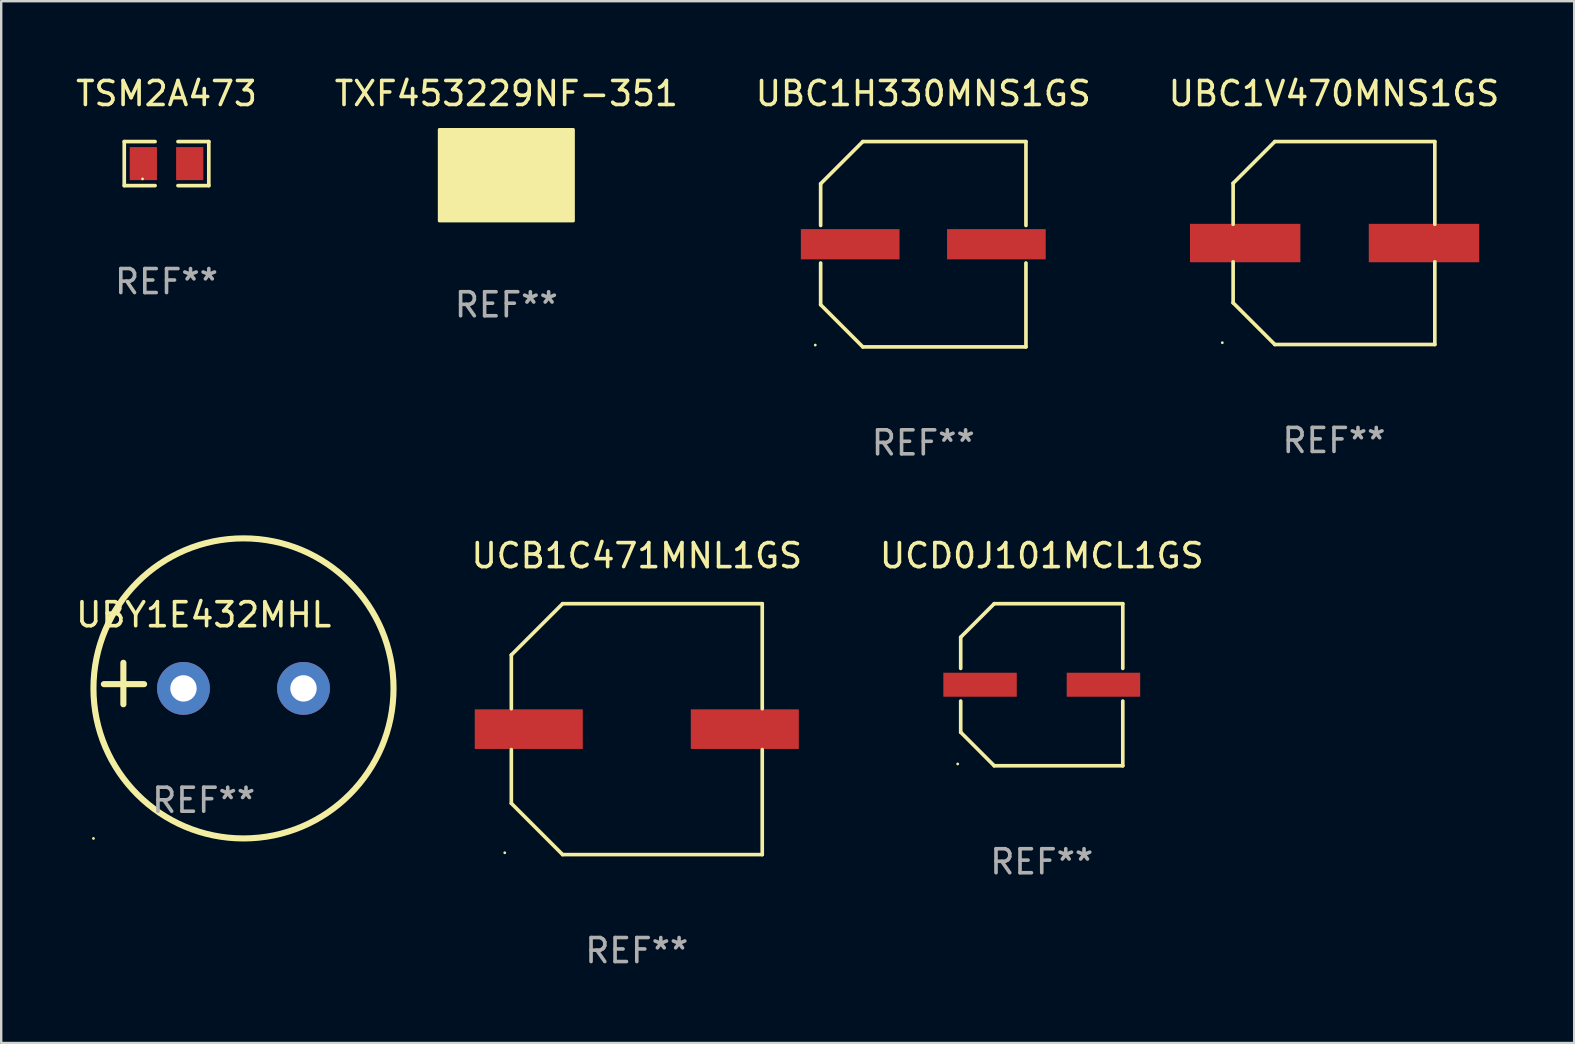
<source format=kicad_pcb>
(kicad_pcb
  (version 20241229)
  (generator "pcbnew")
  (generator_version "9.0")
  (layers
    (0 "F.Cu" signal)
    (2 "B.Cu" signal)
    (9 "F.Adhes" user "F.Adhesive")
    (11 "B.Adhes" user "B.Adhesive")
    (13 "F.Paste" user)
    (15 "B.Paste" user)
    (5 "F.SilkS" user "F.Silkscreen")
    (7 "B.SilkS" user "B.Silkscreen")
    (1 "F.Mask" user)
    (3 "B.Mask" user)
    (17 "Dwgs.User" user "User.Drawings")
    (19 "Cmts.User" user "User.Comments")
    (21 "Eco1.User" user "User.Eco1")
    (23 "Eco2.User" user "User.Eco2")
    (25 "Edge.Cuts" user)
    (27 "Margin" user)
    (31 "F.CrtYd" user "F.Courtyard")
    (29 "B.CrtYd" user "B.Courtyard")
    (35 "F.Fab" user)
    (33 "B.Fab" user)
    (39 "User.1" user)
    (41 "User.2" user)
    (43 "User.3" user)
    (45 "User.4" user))
  (footprint "UBC1V470MNS1GS"
    (layer "F.Cu")
    (at 52.518 7.074)
    (property "Reference" "UBC1V470MNS1GS" (at 0 -6.226 0) (layer "F.SilkS") (effects (font (size 1 1) (thickness 0.15))))
    (attr through_hole)
    (fp_line (start -4.201 -2.49) (end -4.201 -0.782) (stroke (width 0.152) (type solid)) (layer "F.SilkS"))
    (fp_line (start -4.201 2.49) (end -4.201 0.782) (stroke (width 0.152) (type solid)) (layer "F.SilkS"))
    (fp_line (start -2.465 -4.226) (end -4.201 -2.49) (stroke (width 0.152) (type solid)) (layer "F.SilkS"))
    (fp_line (start -2.465 4.226) (end -4.201 2.49) (stroke (width 0.152) (type solid)) (layer "F.SilkS"))
    (fp_line (start 4.201 -4.226) (end -2.465 -4.226) (stroke (width 0.152) (type solid)) (layer "F.SilkS"))
    (fp_line (start 4.201 -0.782) (end 4.201 -4.226) (stroke (width 0.152) (type solid)) (layer "F.SilkS"))
    (fp_line (start 4.201 0.782) (end 4.201 4.226) (stroke (width 0.152) (type solid)) (layer "F.SilkS"))
    (fp_line (start 4.201 4.226) (end -2.465 4.226) (stroke (width 0.152) (type solid)) (layer "F.SilkS"))
    (fp_circle (center -4.651 4.152) (end -4.621 4.152) (stroke (width 0.06) (type solid)) (fill no) (layer "F.SilkS"))
    (fp_text user "REF**" (at 0 8.226 0) (layer "F.Fab") (effects (font (size 1 1) (thickness 0.15))))
    (pad "1" smd rect (at -3.699 0) (size 4.6 1.6) (layers "F.Cu" "F.Mask" "F.Paste"))
    (pad "2" smd rect (at 3.75 0) (size 4.6 1.6) (layers "F.Cu" "F.Mask" "F.Paste")))
  (footprint "UBY1E432MHL"
    (layer "F.Cu")
    (at 5.435 25.423)
    (property "Reference" "UBY1E432MHL" (at 0 -2.864 0) (layer "F.SilkS") (effects (font (size 1 1) (thickness 0.15))))
    (attr through_hole)
    (fp_line (start -3.346 0.864) (end -3.346 -0.864) (stroke (width 0.254) (type solid)) (layer "F.SilkS"))
    (fp_line (start -2.482 0.025) (end -4.158 0.025) (stroke (width 0.254) (type solid)) (layer "F.SilkS"))
    (fp_circle (center -4.592 6.453) (end -4.562 6.453) (stroke (width 0.06) (type solid)) (fill no) (layer "F.SilkS"))
    (fp_circle (center 1.658 0.203) (end 7.908 0.203) (stroke (width 0.254) (type solid)) (fill no) (layer "F.SilkS"))
    (fp_text user "REF**" (at 0 4.864 0) (layer "F.Fab") (effects (font (size 1 1) (thickness 0.15))))
    (pad "1" thru_hole circle (at -0.842 0.203) (size 2.2 2.2) (drill 1.1) (layers "*.Cu" "*.Mask"))
    (pad "2" thru_hole circle (at 4.158 0.203) (size 2.2 2.2) (drill 1.1) (layers "*.Cu" "*.Mask")))
  (footprint "UCD0J101MCL1GS"
    (layer "F.Cu")
    (at 40.345 25.473)
    (property "Reference" "UCD0J101MCL1GS" (at 0 -5.376 0) (layer "F.SilkS") (effects (font (size 1 1) (thickness 0.15))))
    (attr through_hole)
    (fp_line (start -3.376 -1.98) (end -3.376 -0.68) (stroke (width 0.152) (type solid)) (layer "F.SilkS"))
    (fp_line (start -3.376 -1.98) (end -1.98 -3.376) (stroke (width 0.152) (type solid)) (layer "F.SilkS"))
    (fp_line (start -3.376 0.68) (end -3.376 1.98) (stroke (width 0.152) (type solid)) (layer "F.SilkS"))
    (fp_line (start -3.376 1.98) (end -1.98 3.376) (stroke (width 0.152) (type solid)) (layer "F.SilkS"))
    (fp_line (start -1.98 -3.376) (end 3.376 -3.376) (stroke (width 0.152) (type solid)) (layer "F.SilkS"))
    (fp_line (start -1.98 3.376) (end 3.376 3.376) (stroke (width 0.152) (type solid)) (layer "F.SilkS"))
    (fp_line (start 3.376 -3.376) (end 3.376 -0.68) (stroke (width 0.152) (type solid)) (layer "F.SilkS"))
    (fp_line (start 3.376 0.68) (end 3.376 3.376) (stroke (width 0.152) (type solid)) (layer "F.SilkS"))
    (fp_circle (center -3.501 3.3) (end -3.471 3.3) (stroke (width 0.06) (type solid)) (fill no) (layer "F.SilkS"))
    (fp_text user "REF**" (at 0 7.376 0) (layer "F.Fab") (effects (font (size 1 1) (thickness 0.15))))
    (pad "1" smd rect (at -2.57 0.000013) (size 3.06 1) (layers "F.Cu" "F.Mask" "F.Paste"))
    (pad "2" smd rect (at 2.57 0.000013) (size 3.06 1) (layers "F.Cu" "F.Mask" "F.Paste")))
  (footprint "TXF453229NF-351"
    (layer "F.Cu")
    (at 18.042 4.248)
    (property "Reference" "TXF453229NF-351" (at 0 -3.4 0) (layer "F.SilkS") (effects (font (size 1 1) (thickness 0.15))))
    (attr through_hole)
    (fp_circle (center -2.3 1.625) (end -2.27 1.625) (stroke (width 0.06) (type solid)) (fill no) (layer "F.SilkS"))
    (fp_poly (pts (xy -2.794 -1.905) (xy 2.794 -1.905) (xy 2.794 1.905) (xy -2.794 1.905)) (stroke (width 0.12) (type solid)) (fill yes) (layer "F.SilkS"))
    (fp_text user "REF**" (at 0 5.4 0) (layer "F.Fab") (effects (font (size 1 1) (thickness 0.15))))
    (pad "1" smd rect (at -2.05 1.4) (size 1 0.45) (layers "F.Cu" "F.Mask" "F.Paste"))
    (pad "2" smd rect (at -2.05 0.5) (size 1 0.35) (layers "F.Cu" "F.Mask" "F.Paste"))
    (pad "3" smd rect (at -2.05 -1.4) (size 1 0.6) (layers "F.Cu" "F.Mask" "F.Paste"))
    (pad "4" smd rect (at 2.05 -1.4) (size 1 0.45) (layers "F.Cu" "F.Mask" "F.Paste"))
    (pad "5" smd rect (at 2.05 -0.5) (size 1 0.35) (layers "F.Cu" "F.Mask" "F.Paste"))
    (pad "6" smd rect (at 2.05 1.4) (size 1 0.6) (layers "F.Cu" "F.Mask" "F.Paste")))
  (footprint "UBC1H330MNS1GS"
    (layer "F.Cu")
    (at 35.411 7.124)
    (property "Reference" "UBC1H330MNS1GS" (at 0 -6.276 0) (layer "F.SilkS") (effects (font (size 1 1) (thickness 0.15))))
    (attr through_hole)
    (fp_line (start -4.276 -2.52) (end -2.52 -4.276) (stroke (width 0.152) (type solid)) (layer "F.SilkS"))
    (fp_line (start -4.276 -0.782) (end -4.276 -2.52) (stroke (width 0.152) (type solid)) (layer "F.SilkS"))
    (fp_line (start -4.276 0.782) (end -4.276 2.52) (stroke (width 0.152) (type solid)) (layer "F.SilkS"))
    (fp_line (start -4.276 2.52) (end -2.52 4.276) (stroke (width 0.152) (type solid)) (layer "F.SilkS"))
    (fp_line (start -2.52 -4.276) (end 4.276 -4.276) (stroke (width 0.152) (type solid)) (layer "F.SilkS"))
    (fp_line (start -2.52 4.276) (end 4.276 4.276) (stroke (width 0.152) (type solid)) (layer "F.SilkS"))
    (fp_line (start 4.276 -4.276) (end 4.276 -0.782) (stroke (width 0.152) (type solid)) (layer "F.SilkS"))
    (fp_line (start 4.276 4.276) (end 4.276 0.782) (stroke (width 0.152) (type solid)) (layer "F.SilkS"))
    (fp_circle (center -4.5 4.2) (end -4.47 4.2) (stroke (width 0.06) (type solid)) (fill no) (layer "F.SilkS"))
    (fp_text user "REF**" (at 0 8.276 0) (layer "F.Fab") (effects (font (size 1 1) (thickness 0.15))))
    (pad "1" smd rect (at -3.045 0) (size 4.11 1.26) (layers "F.Cu" "F.Mask" "F.Paste"))
    (pad "2" smd rect (at 3.045 0) (size 4.11 1.26) (layers "F.Cu" "F.Mask" "F.Paste")))
  (footprint "TSM2A473"
    (layer "F.Cu")
    (at 3.887 3.765)
    (property "Reference" "TSM2A473" (at 0 -2.917 0) (layer "F.SilkS") (effects (font (size 1 1) (thickness 0.15))))
    (attr through_hole)
    (fp_line (start -1.761 -0.917) (end -0.476 -0.917) (stroke (width 0.152) (type solid)) (layer "F.SilkS"))
    (fp_line (start -1.761 0.917) (end -1.761 -0.917) (stroke (width 0.152) (type solid)) (layer "F.SilkS"))
    (fp_line (start -0.476 0.917) (end -1.761 0.917) (stroke (width 0.152) (type solid)) (layer "F.SilkS"))
    (fp_line (start 0.476 0.917) (end 1.761 0.917) (stroke (width 0.152) (type solid)) (layer "F.SilkS"))
    (fp_line (start 1.761 -0.917) (end 0.476 -0.917) (stroke (width 0.152) (type solid)) (layer "F.SilkS"))
    (fp_line (start 1.761 0.917) (end 1.761 -0.917) (stroke (width 0.152) (type solid)) (layer "F.SilkS"))
    (fp_circle (center -1 0.638) (end -0.97 0.638) (stroke (width 0.06) (type solid)) (fill no) (layer "F.SilkS"))
    (fp_text user "REF**" (at 0 4.917 0) (layer "F.Fab") (effects (font (size 1 1) (thickness 0.15))))
    (pad "1" smd rect (at -0.966 0) (size 1.133 1.377) (layers "F.Cu" "F.Mask" "F.Paste"))
    (pad "2" smd rect (at 0.966 0) (size 1.133 1.377) (layers "F.Cu" "F.Mask" "F.Paste")))
  (footprint "UCB1C471MNL1GS"
    (layer "F.Cu")
    (at 23.476 27.323)
    (property "Reference" "UCB1C471MNL1GS" (at 0 -7.226 0) (layer "F.SilkS") (effects (font (size 1 1) (thickness 0.15))))
    (attr through_hole)
    (fp_line (start -5.226 -3.09) (end -5.226 -0.852) (stroke (width 0.152) (type solid)) (layer "F.SilkS"))
    (fp_line (start -5.226 3.09) (end -5.226 0.852) (stroke (width 0.152) (type solid)) (layer "F.SilkS"))
    (fp_line (start -3.09 -5.226) (end -5.226 -3.09) (stroke (width 0.152) (type solid)) (layer "F.SilkS"))
    (fp_line (start -3.09 5.226) (end -5.226 3.09) (stroke (width 0.152) (type solid)) (layer "F.SilkS"))
    (fp_line (start 5.226 -5.226) (end -3.09 -5.226) (stroke (width 0.152) (type solid)) (layer "F.SilkS"))
    (fp_line (start 5.226 -0.852) (end 5.226 -5.226) (stroke (width 0.152) (type solid)) (layer "F.SilkS"))
    (fp_line (start 5.226 0.852) (end 5.226 5.226) (stroke (width 0.152) (type solid)) (layer "F.SilkS"))
    (fp_line (start 5.226 5.226) (end -3.09 5.226) (stroke (width 0.152) (type solid)) (layer "F.SilkS"))
    (fp_circle (center -5.5 5.15) (end -5.47 5.15) (stroke (width 0.06) (type solid)) (fill no) (layer "F.SilkS"))
    (fp_text user "REF**" (at 0 9.226 0) (layer "F.Fab") (effects (font (size 1 1) (thickness 0.15))))
    (pad "1" smd rect (at -4.5 -0.000025) (size 4.5 1.65) (layers "F.Cu" "F.Mask" "F.Paste"))
    (pad "2" smd rect (at 4.5 -0.000025) (size 4.5 1.65) (layers "F.Cu" "F.Mask" "F.Paste")))
  (gr_rect
    (start -3 -3)
    (end 62.524 40.398)
    (stroke (width 0.1) (type default))
    (fill no)
    (layer "Edge.Cuts")))
</source>
